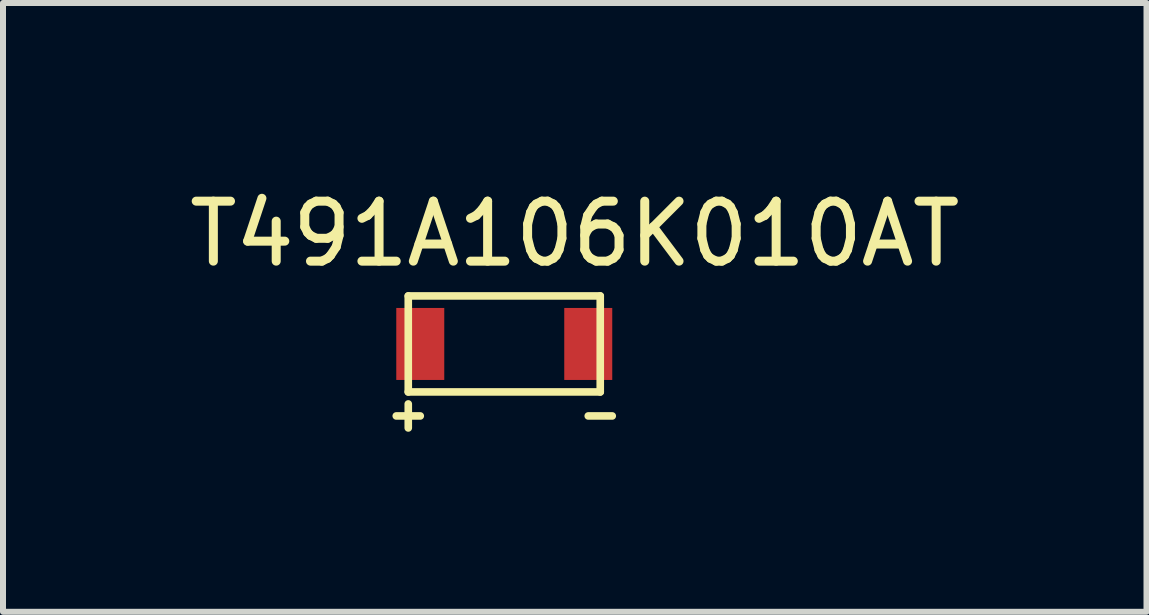
<source format=kicad_pcb>
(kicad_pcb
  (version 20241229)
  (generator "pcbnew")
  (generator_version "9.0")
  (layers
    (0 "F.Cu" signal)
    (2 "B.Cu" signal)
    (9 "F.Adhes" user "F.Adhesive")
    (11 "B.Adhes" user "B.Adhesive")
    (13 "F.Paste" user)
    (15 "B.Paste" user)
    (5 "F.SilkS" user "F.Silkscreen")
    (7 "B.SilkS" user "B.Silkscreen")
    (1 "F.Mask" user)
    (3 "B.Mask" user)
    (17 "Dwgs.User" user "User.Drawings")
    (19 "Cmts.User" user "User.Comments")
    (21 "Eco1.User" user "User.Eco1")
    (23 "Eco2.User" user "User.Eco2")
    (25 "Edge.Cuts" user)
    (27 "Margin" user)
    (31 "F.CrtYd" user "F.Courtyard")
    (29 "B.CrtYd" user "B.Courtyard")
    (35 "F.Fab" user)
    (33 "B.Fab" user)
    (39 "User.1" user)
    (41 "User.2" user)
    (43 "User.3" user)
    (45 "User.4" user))
  (footprint "T491A106K010AT"
    (layer "F.Cu")
    (at 3.755 3.483)
    (property "Reference" "T491A106K010AT" (at 2.775 -2.635 0) (layer "F.SilkS") (effects (font (size 1 1) (thickness 0.15))))
    (attr smd)
    (fp_line (start -0.2 0.4) (end 0.2 0.4) (stroke (width 0.127) (type solid)) (layer "F.SilkS"))
    (fp_line (start 0 -1.6) (end 0 0) (stroke (width 0.127) (type solid)) (layer "F.SilkS"))
    (fp_line (start 0 0) (end 3.2 0) (stroke (width 0.127) (type solid)) (layer "F.SilkS"))
    (fp_line (start 0 0.2) (end 0 0.6) (stroke (width 0.127) (type solid)) (layer "F.SilkS"))
    (fp_line (start 3 0.4) (end 3.4 0.4) (stroke (width 0.127) (type solid)) (layer "F.SilkS"))
    (fp_line (start 3.2 -1.6) (end 0 -1.6) (stroke (width 0.127) (type solid)) (layer "F.SilkS"))
    (fp_line (start 3.2 0) (end 3.2 -1.6) (stroke (width 0.127) (type solid)) (layer "F.SilkS"))
    (pad "1" smd rect (at 0.2 -0.8 90) (size 1.2 0.8) (layers "F.Cu" "F.Mask" "F.Paste"))
    (pad "2" smd rect (at 3 -0.8 90) (size 1.2 0.8) (layers "F.Cu" "F.Mask" "F.Paste")))
  (gr_rect
    (start -3 -3)
    (end 16.06 7.147)
    (stroke (width 0.1) (type default))
    (fill no)
    (layer "Edge.Cuts")))
</source>
